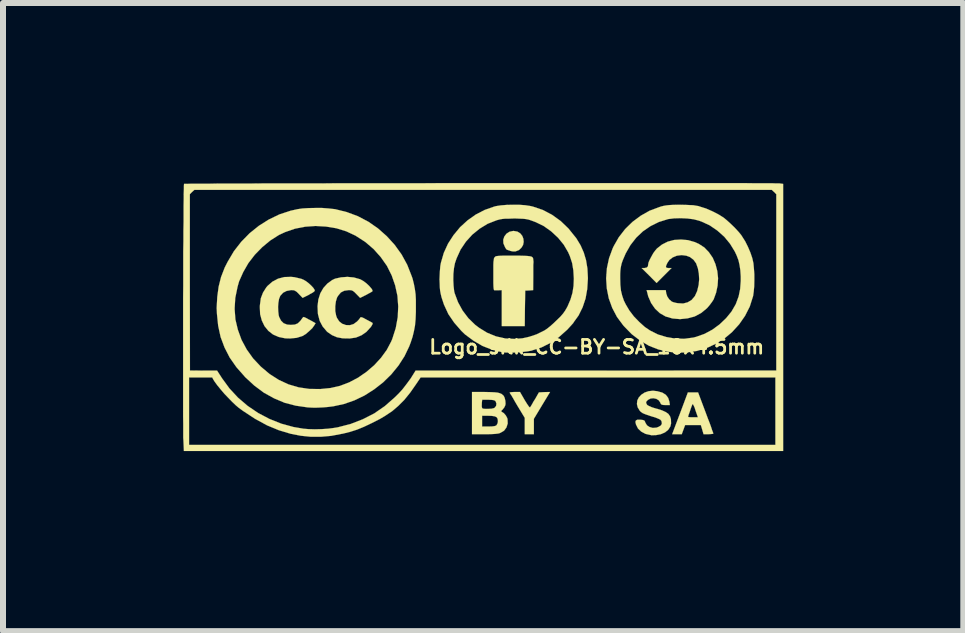
<source format=kicad_pcb>
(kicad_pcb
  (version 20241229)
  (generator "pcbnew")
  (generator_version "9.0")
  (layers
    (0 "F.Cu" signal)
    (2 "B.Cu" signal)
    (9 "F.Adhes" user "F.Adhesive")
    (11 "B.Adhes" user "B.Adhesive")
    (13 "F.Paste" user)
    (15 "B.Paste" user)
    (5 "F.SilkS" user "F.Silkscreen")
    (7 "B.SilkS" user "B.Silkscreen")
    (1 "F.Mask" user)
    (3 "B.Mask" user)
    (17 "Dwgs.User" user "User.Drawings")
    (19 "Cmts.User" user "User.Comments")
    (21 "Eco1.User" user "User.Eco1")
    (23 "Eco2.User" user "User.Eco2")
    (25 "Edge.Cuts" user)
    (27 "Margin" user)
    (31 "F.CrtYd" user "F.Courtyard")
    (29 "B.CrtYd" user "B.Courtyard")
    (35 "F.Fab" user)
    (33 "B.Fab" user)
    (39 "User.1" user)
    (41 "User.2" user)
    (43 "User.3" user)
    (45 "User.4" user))
  (footprint "Logo_silk_CC-BY-SA_10x4.5mm"
    (layer "F.Cu")
    (at 4.992 2.231)
    (property "Reference" "Logo_silk_CC-BY-SA_10x4.5mm" (at 1.9 0.5 0) (layer "F.SilkS") (effects (font (size 0.229 0.229) (thickness 0.046))))
    (attr through_hole)
    (fp_poly (pts (xy 0.683 -1.25) (xy 0.673 -1.199) (xy 0.645 -1.153) (xy 0.605 -1.115) (xy 0.546 -1.092) (xy 0.541 -1.092) (xy 0.505 -1.092) (xy 0.462 -1.1) (xy 0.452 -1.105) (xy 0.419 -1.115) (xy 0.401 -1.123) (xy 0.399 -1.123) (xy 0.391 -1.133) (xy 0.376 -1.156) (xy 0.371 -1.166) (xy 0.345 -1.227) (xy 0.343 -1.288) (xy 0.361 -1.341) (xy 0.396 -1.387) (xy 0.447 -1.42) (xy 0.508 -1.433) (xy 0.518 -1.433) (xy 0.579 -1.422) (xy 0.627 -1.392) (xy 0.66 -1.351) (xy 0.678 -1.303) (xy 0.683 -1.25)) (stroke (width 0.003) (type solid)) (fill yes) (layer "F.SilkS"))
    (fp_poly (pts (xy 1.123 1.25) (xy 0.988 1.473) (xy 0.853 1.697) (xy 0.853 1.824) (xy 0.853 1.953) (xy 0.777 1.953) (xy 0.701 1.953) (xy 0.701 1.819) (xy 0.701 1.681) (xy 0.577 1.476) (xy 0.538 1.41) (xy 0.505 1.351) (xy 0.478 1.306) (xy 0.457 1.275) (xy 0.45 1.26) (xy 0.46 1.255) (xy 0.488 1.252) (xy 0.528 1.25) (xy 0.533 1.25) (xy 0.622 1.25) (xy 0.701 1.387) (xy 0.739 1.448) (xy 0.765 1.486) (xy 0.782 1.506) (xy 0.792 1.504) (xy 0.803 1.486) (xy 0.823 1.453) (xy 0.848 1.407) (xy 0.871 1.372) (xy 0.937 1.257) (xy 1.029 1.252) (xy 1.123 1.25)) (stroke (width 0.003) (type solid)) (fill yes) (layer "F.SilkS"))
    (fp_poly (pts (xy 3.843 1.943) (xy 3.833 1.948) (xy 3.8 1.951) (xy 3.762 1.953) (xy 3.68 1.953) (xy 3.658 1.877) (xy 3.635 1.801) (xy 3.586 1.801) (xy 3.586 1.671) (xy 3.546 1.557) (xy 3.531 1.509) (xy 3.513 1.471) (xy 3.503 1.453) (xy 3.5 1.45) (xy 3.49 1.466) (xy 3.477 1.499) (xy 3.462 1.542) (xy 3.447 1.587) (xy 3.432 1.628) (xy 3.424 1.656) (xy 3.421 1.664) (xy 3.434 1.669) (xy 3.465 1.671) (xy 3.503 1.671) (xy 3.586 1.671) (xy 3.586 1.801) (xy 3.503 1.801) (xy 3.373 1.801) (xy 3.345 1.877) (xy 3.317 1.953) (xy 3.236 1.953) (xy 3.157 1.953) (xy 3.289 1.605) (xy 3.419 1.257) (xy 3.505 1.257) (xy 3.589 1.257) (xy 3.716 1.595) (xy 3.749 1.684) (xy 3.78 1.763) (xy 3.805 1.831) (xy 3.823 1.887) (xy 3.838 1.925) (xy 3.843 1.943)) (stroke (width 0.003) (type solid)) (fill yes) (layer "F.SilkS"))
    (fp_poly (pts (xy 0.846 -0.907) (xy 0.843 -0.866) (xy 0.843 -0.81) (xy 0.843 -0.742) (xy 0.843 -0.676) (xy 0.841 -0.447) (xy 0.775 -0.442) (xy 0.709 -0.439) (xy 0.704 -0.142) (xy 0.701 0.152) (xy 0.511 0.152) (xy 0.318 0.152) (xy 0.318 -0.147) (xy 0.318 -0.447) (xy 0.264 -0.445) (xy 0.226 -0.445) (xy 0.198 -0.445) (xy 0.193 -0.445) (xy 0.188 -0.452) (xy 0.183 -0.472) (xy 0.18 -0.508) (xy 0.178 -0.564) (xy 0.178 -0.64) (xy 0.178 -0.706) (xy 0.178 -0.795) (xy 0.178 -0.866) (xy 0.18 -0.917) (xy 0.185 -0.95) (xy 0.188 -0.975) (xy 0.196 -0.991) (xy 0.198 -0.993) (xy 0.206 -1.001) (xy 0.213 -1.008) (xy 0.229 -1.013) (xy 0.251 -1.016) (xy 0.284 -1.019) (xy 0.335 -1.021) (xy 0.404 -1.021) (xy 0.495 -1.021) (xy 0.511 -1.021) (xy 0.61 -1.021) (xy 0.688 -1.019) (xy 0.747 -1.016) (xy 0.79 -1.011) (xy 0.818 -1.003) (xy 0.833 -0.991) (xy 0.841 -0.973) (xy 0.843 -0.95) (xy 0.846 -0.925) (xy 0.846 -0.907)) (stroke (width 0.003) (type solid)) (fill yes) (layer "F.SilkS"))
    (fp_poly (pts (xy -2.784 0.104) (xy -2.807 0.142) (xy -2.84 0.188) (xy -2.891 0.236) (xy -2.944 0.282) (xy -2.997 0.315) (xy -3.01 0.32) (xy -3.101 0.348) (xy -3.208 0.358) (xy -3.289 0.356) (xy -3.399 0.333) (xy -3.493 0.292) (xy -3.571 0.231) (xy -3.635 0.152) (xy -3.68 0.058) (xy -3.708 -0.046) (xy -3.713 -0.168) (xy -3.711 -0.201) (xy -3.696 -0.312) (xy -3.66 -0.406) (xy -3.607 -0.49) (xy -3.586 -0.516) (xy -3.505 -0.587) (xy -3.409 -0.638) (xy -3.305 -0.665) (xy -3.19 -0.668) (xy -3.139 -0.663) (xy -3.081 -0.65) (xy -3.02 -0.635) (xy -2.979 -0.617) (xy -2.941 -0.594) (xy -2.898 -0.561) (xy -2.857 -0.523) (xy -2.824 -0.488) (xy -2.802 -0.455) (xy -2.797 -0.439) (xy -2.807 -0.424) (xy -2.835 -0.404) (xy -2.878 -0.381) (xy -2.898 -0.368) (xy -3 -0.318) (xy -3.061 -0.381) (xy -3.096 -0.417) (xy -3.122 -0.434) (xy -3.145 -0.445) (xy -3.178 -0.447) (xy -3.195 -0.447) (xy -3.266 -0.434) (xy -3.325 -0.404) (xy -3.373 -0.351) (xy -3.376 -0.343) (xy -3.393 -0.3) (xy -3.404 -0.236) (xy -3.409 -0.168) (xy -3.406 -0.094) (xy -3.399 -0.03) (xy -3.391 0) (xy -3.36 0.061) (xy -3.317 0.104) (xy -3.259 0.127) (xy -3.198 0.132) (xy -3.129 0.127) (xy -3.081 0.107) (xy -3.038 0.066) (xy -3.02 0.041) (xy -3 0.013) (xy -2.985 0) (xy -2.969 0.005) (xy -2.936 0.02) (xy -2.896 0.043) (xy -2.878 0.051) (xy -2.784 0.104)) (stroke (width 0.003) (type solid)) (fill yes) (layer "F.SilkS"))
    (fp_poly (pts (xy -1.834 0.102) (xy -1.834 0.117) (xy -1.849 0.145) (xy -1.864 0.168) (xy -1.938 0.249) (xy -2.019 0.305) (xy -2.111 0.343) (xy -2.215 0.358) (xy -2.332 0.356) (xy -2.428 0.338) (xy -2.512 0.302) (xy -2.588 0.249) (xy -2.601 0.236) (xy -2.667 0.157) (xy -2.715 0.066) (xy -2.743 -0.041) (xy -2.746 -0.061) (xy -2.751 -0.18) (xy -2.738 -0.29) (xy -2.705 -0.394) (xy -2.654 -0.483) (xy -2.588 -0.556) (xy -2.507 -0.615) (xy -2.459 -0.638) (xy -2.36 -0.66) (xy -2.253 -0.668) (xy -2.146 -0.658) (xy -2.047 -0.63) (xy -2.035 -0.625) (xy -1.989 -0.599) (xy -1.938 -0.561) (xy -1.892 -0.518) (xy -1.857 -0.478) (xy -1.844 -0.46) (xy -1.836 -0.442) (xy -1.836 -0.429) (xy -1.849 -0.419) (xy -1.875 -0.404) (xy -1.918 -0.381) (xy -1.935 -0.371) (xy -2.042 -0.318) (xy -2.103 -0.381) (xy -2.139 -0.417) (xy -2.162 -0.434) (xy -2.187 -0.445) (xy -2.22 -0.447) (xy -2.235 -0.447) (xy -2.306 -0.437) (xy -2.362 -0.409) (xy -2.405 -0.358) (xy -2.426 -0.325) (xy -2.446 -0.259) (xy -2.456 -0.18) (xy -2.456 -0.097) (xy -2.441 -0.02) (xy -2.428 0.015) (xy -2.39 0.074) (xy -2.339 0.114) (xy -2.278 0.135) (xy -2.212 0.137) (xy -2.149 0.117) (xy -2.093 0.076) (xy -2.065 0.046) (xy -2.045 0.02) (xy -2.04 0.01) (xy -2.032 0.005) (xy -2.014 0.005) (xy -1.984 0.018) (xy -1.938 0.043) (xy -1.895 0.066) (xy -1.857 0.086) (xy -1.836 0.099) (xy -1.834 0.102)) (stroke (width 0.003) (type solid)) (fill yes) (layer "F.SilkS"))
    (fp_poly (pts (xy 0.417 1.775) (xy 0.396 1.841) (xy 0.356 1.895) (xy 0.3 1.928) (xy 0.277 1.938) (xy 0.254 1.943) (xy 0.254 1.735) (xy 0.249 1.697) (xy 0.234 1.671) (xy 0.229 1.669) (xy 0.229 1.443) (xy 0.216 1.407) (xy 0.208 1.397) (xy 0.188 1.387) (xy 0.155 1.382) (xy 0.099 1.379) (xy 0.089 1.379) (xy -0.008 1.379) (xy -0.013 1.42) (xy -0.015 1.46) (xy -0.015 1.496) (xy -0.01 1.514) (xy -0.003 1.524) (xy 0.013 1.529) (xy 0.048 1.532) (xy 0.079 1.532) (xy 0.145 1.529) (xy 0.188 1.519) (xy 0.201 1.511) (xy 0.224 1.481) (xy 0.229 1.443) (xy 0.229 1.669) (xy 0.203 1.656) (xy 0.152 1.648) (xy 0.091 1.646) (xy -0.01 1.646) (xy -0.01 1.735) (xy -0.01 1.826) (xy 0.097 1.826) (xy 0.157 1.824) (xy 0.196 1.819) (xy 0.221 1.811) (xy 0.231 1.803) (xy 0.249 1.77) (xy 0.254 1.735) (xy 0.254 1.943) (xy 0.249 1.943) (xy 0.213 1.948) (xy 0.163 1.951) (xy 0.097 1.953) (xy 0.033 1.953) (xy -0.178 1.953) (xy -0.178 1.603) (xy -0.178 1.25) (xy 0.03 1.25) (xy 0.124 1.252) (xy 0.193 1.255) (xy 0.246 1.26) (xy 0.284 1.27) (xy 0.315 1.283) (xy 0.338 1.303) (xy 0.348 1.311) (xy 0.366 1.346) (xy 0.378 1.397) (xy 0.381 1.448) (xy 0.376 1.473) (xy 0.361 1.506) (xy 0.335 1.539) (xy 0.333 1.542) (xy 0.312 1.562) (xy 0.31 1.575) (xy 0.318 1.58) (xy 0.353 1.603) (xy 0.386 1.641) (xy 0.409 1.684) (xy 0.414 1.702) (xy 0.417 1.775)) (stroke (width 0.003) (type solid)) (fill yes) (layer "F.SilkS"))
    (fp_poly (pts (xy 3.139 1.775) (xy 3.127 1.824) (xy 3.099 1.869) (xy 3.089 1.882) (xy 3.038 1.923) (xy 2.969 1.953) (xy 2.891 1.968) (xy 2.812 1.971) (xy 2.802 1.968) (xy 2.713 1.948) (xy 2.642 1.91) (xy 2.588 1.859) (xy 2.555 1.793) (xy 2.553 1.786) (xy 2.545 1.748) (xy 2.553 1.725) (xy 2.576 1.712) (xy 2.619 1.712) (xy 2.629 1.712) (xy 2.67 1.717) (xy 2.692 1.725) (xy 2.703 1.74) (xy 2.71 1.76) (xy 2.738 1.806) (xy 2.781 1.834) (xy 2.835 1.849) (xy 2.896 1.844) (xy 2.931 1.831) (xy 2.969 1.808) (xy 2.985 1.781) (xy 2.982 1.745) (xy 2.974 1.727) (xy 2.957 1.709) (xy 2.924 1.694) (xy 2.875 1.674) (xy 2.807 1.654) (xy 2.769 1.641) (xy 2.71 1.621) (xy 2.667 1.603) (xy 2.637 1.582) (xy 2.619 1.565) (xy 2.583 1.506) (xy 2.57 1.45) (xy 2.576 1.392) (xy 2.601 1.341) (xy 2.644 1.295) (xy 2.697 1.26) (xy 2.764 1.237) (xy 2.837 1.229) (xy 2.908 1.237) (xy 2.992 1.26) (xy 3.053 1.298) (xy 3.091 1.349) (xy 3.111 1.412) (xy 3.111 1.415) (xy 3.119 1.468) (xy 3.045 1.468) (xy 3.005 1.466) (xy 2.982 1.46) (xy 2.969 1.45) (xy 2.959 1.427) (xy 2.934 1.389) (xy 2.893 1.364) (xy 2.845 1.354) (xy 2.797 1.359) (xy 2.753 1.382) (xy 2.751 1.384) (xy 2.725 1.412) (xy 2.723 1.433) (xy 2.736 1.458) (xy 2.741 1.466) (xy 2.769 1.483) (xy 2.822 1.506) (xy 2.898 1.529) (xy 2.903 1.529) (xy 2.99 1.557) (xy 3.051 1.585) (xy 3.094 1.615) (xy 3.122 1.656) (xy 3.137 1.704) (xy 3.137 1.714) (xy 3.139 1.775)) (stroke (width 0.003) (type solid)) (fill yes) (layer "F.SilkS"))
    (fp_poly (pts (xy 3.922 -0.645) (xy 3.914 -0.523) (xy 3.889 -0.404) (xy 3.848 -0.292) (xy 3.82 -0.249) (xy 3.782 -0.198) (xy 3.741 -0.15) (xy 3.736 -0.145) (xy 3.64 -0.066) (xy 3.531 -0.008) (xy 3.414 0.023) (xy 3.289 0.036) (xy 3.162 0.025) (xy 3.155 0.023) (xy 3.048 -0.008) (xy 2.951 -0.064) (xy 2.873 -0.137) (xy 2.807 -0.231) (xy 2.758 -0.343) (xy 2.741 -0.411) (xy 2.731 -0.447) (xy 2.891 -0.447) (xy 3.051 -0.447) (xy 3.058 -0.394) (xy 3.076 -0.34) (xy 3.109 -0.292) (xy 3.15 -0.257) (xy 3.155 -0.254) (xy 3.183 -0.244) (xy 3.223 -0.234) (xy 3.254 -0.229) (xy 3.34 -0.224) (xy 3.416 -0.244) (xy 3.482 -0.284) (xy 3.536 -0.348) (xy 3.574 -0.432) (xy 3.599 -0.536) (xy 3.607 -0.627) (xy 3.602 -0.721) (xy 3.586 -0.81) (xy 3.559 -0.886) (xy 3.556 -0.894) (xy 3.513 -0.953) (xy 3.454 -0.998) (xy 3.393 -1.021) (xy 3.315 -1.031) (xy 3.236 -1.021) (xy 3.167 -0.993) (xy 3.111 -0.95) (xy 3.078 -0.902) (xy 3.058 -0.859) (xy 3.053 -0.833) (xy 3.063 -0.82) (xy 3.089 -0.815) (xy 3.099 -0.815) (xy 3.147 -0.815) (xy 3.023 -0.691) (xy 2.898 -0.566) (xy 2.774 -0.691) (xy 2.649 -0.815) (xy 2.695 -0.815) (xy 2.733 -0.823) (xy 2.753 -0.843) (xy 2.758 -0.879) (xy 2.764 -0.909) (xy 2.784 -0.955) (xy 2.812 -1.008) (xy 2.842 -1.062) (xy 2.875 -1.107) (xy 2.903 -1.14) (xy 2.987 -1.206) (xy 3.084 -1.255) (xy 3.19 -1.283) (xy 3.305 -1.29) (xy 3.421 -1.28) (xy 3.536 -1.247) (xy 3.602 -1.217) (xy 3.693 -1.158) (xy 3.769 -1.079) (xy 3.833 -0.986) (xy 3.879 -0.879) (xy 3.909 -0.765) (xy 3.922 -0.645)) (stroke (width 0.003) (type solid)) (fill yes) (layer "F.SilkS"))
    (fp_poly (pts (xy -1.113 -0.175) (xy -1.113 -0.084) (xy -1.118 0.038) (xy -1.128 0.145) (xy -1.146 0.239) (xy -1.168 0.33) (xy -1.199 0.424) (xy -1.224 0.49) (xy -1.303 0.655) (xy -1.405 0.813) (xy -1.407 0.815) (xy -1.407 -0.175) (xy -1.42 -0.353) (xy -1.458 -0.526) (xy -1.516 -0.693) (xy -1.595 -0.851) (xy -1.697 -0.996) (xy -1.816 -1.13) (xy -1.956 -1.25) (xy -2.113 -1.351) (xy -2.121 -1.356) (xy -2.273 -1.427) (xy -2.438 -1.478) (xy -2.609 -1.506) (xy -2.784 -1.516) (xy -2.957 -1.504) (xy -3.127 -1.471) (xy -3.289 -1.415) (xy -3.393 -1.367) (xy -3.538 -1.275) (xy -3.673 -1.163) (xy -3.797 -1.036) (xy -3.904 -0.897) (xy -3.99 -0.747) (xy -4.059 -0.592) (xy -4.084 -0.503) (xy -4.122 -0.318) (xy -4.133 -0.137) (xy -4.12 0.041) (xy -4.079 0.213) (xy -4.018 0.381) (xy -3.932 0.541) (xy -3.825 0.691) (xy -3.696 0.828) (xy -3.551 0.95) (xy -3.396 1.049) (xy -3.236 1.123) (xy -3.066 1.173) (xy -2.888 1.199) (xy -2.703 1.201) (xy -2.535 1.184) (xy -2.377 1.148) (xy -2.225 1.09) (xy -2.075 1.011) (xy -1.935 0.914) (xy -1.808 0.805) (xy -1.694 0.681) (xy -1.598 0.549) (xy -1.524 0.409) (xy -1.506 0.366) (xy -1.448 0.185) (xy -1.415 0.003) (xy -1.407 -0.175) (xy -1.407 0.815) (xy -1.524 0.958) (xy -1.659 1.09) (xy -1.808 1.206) (xy -1.968 1.308) (xy -2.136 1.389) (xy -2.311 1.45) (xy -2.487 1.488) (xy -2.573 1.499) (xy -2.654 1.506) (xy -2.718 1.509) (xy -2.771 1.511) (xy -2.822 1.511) (xy -2.873 1.509) (xy -2.918 1.506) (xy -3.114 1.478) (xy -3.299 1.43) (xy -3.475 1.356) (xy -3.645 1.262) (xy -3.805 1.143) (xy -3.962 0.998) (xy -3.965 0.993) (xy -4.102 0.838) (xy -4.214 0.678) (xy -4.3 0.511) (xy -4.366 0.335) (xy -4.407 0.147) (xy -4.427 -0.048) (xy -4.432 -0.152) (xy -4.422 -0.335) (xy -4.399 -0.505) (xy -4.359 -0.665) (xy -4.298 -0.823) (xy -4.249 -0.919) (xy -4.145 -1.095) (xy -4.023 -1.252) (xy -3.884 -1.394) (xy -3.729 -1.519) (xy -3.564 -1.623) (xy -3.386 -1.709) (xy -3.2 -1.77) (xy -3.084 -1.796) (xy -3 -1.808) (xy -2.898 -1.814) (xy -2.786 -1.816) (xy -2.675 -1.816) (xy -2.57 -1.808) (xy -2.479 -1.798) (xy -2.459 -1.796) (xy -2.266 -1.748) (xy -2.08 -1.679) (xy -1.905 -1.587) (xy -1.745 -1.476) (xy -1.598 -1.346) (xy -1.466 -1.201) (xy -1.351 -1.041) (xy -1.257 -0.869) (xy -1.184 -0.683) (xy -1.168 -0.638) (xy -1.146 -0.549) (xy -1.13 -0.465) (xy -1.118 -0.378) (xy -1.113 -0.284) (xy -1.113 -0.175)) (stroke (width 0.003) (type solid)) (fill yes) (layer "F.SilkS"))
    (fp_poly (pts (xy 1.753 -0.638) (xy 1.742 -0.465) (xy 1.714 -0.307) (xy 1.666 -0.163) (xy 1.598 -0.025) (xy 1.519 0.084) (xy 1.519 -0.638) (xy 1.511 -0.775) (xy 1.491 -0.897) (xy 1.453 -1.013) (xy 1.425 -1.077) (xy 1.351 -1.204) (xy 1.255 -1.321) (xy 1.143 -1.425) (xy 1.019 -1.514) (xy 0.884 -1.58) (xy 0.803 -1.61) (xy 0.762 -1.623) (xy 0.721 -1.631) (xy 0.676 -1.636) (xy 0.622 -1.638) (xy 0.551 -1.641) (xy 0.516 -1.641) (xy 0.437 -1.638) (xy 0.376 -1.638) (xy 0.328 -1.633) (xy 0.287 -1.626) (xy 0.246 -1.615) (xy 0.229 -1.61) (xy 0.081 -1.552) (xy -0.051 -1.471) (xy -0.173 -1.372) (xy -0.279 -1.255) (xy -0.368 -1.123) (xy -0.434 -0.978) (xy -0.462 -0.897) (xy -0.478 -0.815) (xy -0.488 -0.719) (xy -0.49 -0.617) (xy -0.485 -0.518) (xy -0.475 -0.429) (xy -0.467 -0.396) (xy -0.411 -0.246) (xy -0.335 -0.107) (xy -0.239 0.02) (xy -0.124 0.132) (xy -0.056 0.183) (xy 0.076 0.264) (xy 0.221 0.323) (xy 0.373 0.358) (xy 0.531 0.366) (xy 0.66 0.356) (xy 0.777 0.33) (xy 0.897 0.29) (xy 1.008 0.236) (xy 1.036 0.221) (xy 1.077 0.193) (xy 1.128 0.152) (xy 1.184 0.102) (xy 1.237 0.051) (xy 1.295 -0.005) (xy 1.339 -0.056) (xy 1.372 -0.102) (xy 1.4 -0.15) (xy 1.415 -0.178) (xy 1.463 -0.29) (xy 1.496 -0.401) (xy 1.514 -0.516) (xy 1.519 -0.638) (xy 1.519 0.084) (xy 1.509 0.102) (xy 1.41 0.211) (xy 1.273 0.333) (xy 1.13 0.432) (xy 0.978 0.508) (xy 0.818 0.559) (xy 0.815 0.561) (xy 0.739 0.574) (xy 0.65 0.584) (xy 0.554 0.592) (xy 0.46 0.594) (xy 0.378 0.592) (xy 0.325 0.587) (xy 0.157 0.546) (xy -0.003 0.483) (xy -0.152 0.396) (xy -0.295 0.29) (xy -0.356 0.231) (xy -0.475 0.094) (xy -0.572 -0.048) (xy -0.645 -0.206) (xy -0.686 -0.33) (xy -0.699 -0.386) (xy -0.709 -0.439) (xy -0.714 -0.493) (xy -0.716 -0.556) (xy -0.719 -0.63) (xy -0.714 -0.749) (xy -0.706 -0.846) (xy -0.696 -0.902) (xy -0.648 -1.067) (xy -0.577 -1.222) (xy -0.485 -1.364) (xy -0.376 -1.496) (xy -0.251 -1.61) (xy -0.114 -1.707) (xy 0.033 -1.783) (xy 0.193 -1.839) (xy 0.224 -1.847) (xy 0.302 -1.859) (xy 0.399 -1.867) (xy 0.5 -1.869) (xy 0.607 -1.869) (xy 0.706 -1.862) (xy 0.792 -1.849) (xy 0.836 -1.839) (xy 1.001 -1.783) (xy 1.156 -1.702) (xy 1.3 -1.598) (xy 1.43 -1.473) (xy 1.544 -1.331) (xy 1.557 -1.316) (xy 1.631 -1.194) (xy 1.684 -1.074) (xy 1.722 -0.947) (xy 1.745 -0.808) (xy 1.753 -0.653) (xy 1.753 -0.638)) (stroke (width 0.003) (type solid)) (fill yes) (layer "F.SilkS"))
    (fp_poly (pts (xy 4.526 -0.61) (xy 4.524 -0.511) (xy 4.516 -0.422) (xy 4.506 -0.351) (xy 4.503 -0.34) (xy 4.45 -0.173) (xy 4.371 -0.018) (xy 4.3 0.084) (xy 4.3 -0.599) (xy 4.3 -0.676) (xy 4.293 -0.78) (xy 4.28 -0.866) (xy 4.262 -0.945) (xy 4.232 -1.024) (xy 4.201 -1.09) (xy 4.122 -1.219) (xy 4.026 -1.336) (xy 3.909 -1.44) (xy 3.782 -1.527) (xy 3.645 -1.59) (xy 3.602 -1.605) (xy 3.513 -1.628) (xy 3.409 -1.641) (xy 3.297 -1.646) (xy 3.188 -1.643) (xy 3.091 -1.631) (xy 3.081 -1.628) (xy 2.934 -1.582) (xy 2.797 -1.514) (xy 2.67 -1.427) (xy 2.558 -1.321) (xy 2.461 -1.196) (xy 2.383 -1.059) (xy 2.334 -0.945) (xy 2.316 -0.894) (xy 2.306 -0.851) (xy 2.299 -0.813) (xy 2.294 -0.77) (xy 2.291 -0.714) (xy 2.291 -0.643) (xy 2.294 -0.533) (xy 2.304 -0.439) (xy 2.324 -0.356) (xy 2.352 -0.274) (xy 2.383 -0.211) (xy 2.443 -0.109) (xy 2.52 -0.008) (xy 2.609 0.084) (xy 2.703 0.168) (xy 2.789 0.226) (xy 2.921 0.292) (xy 3.063 0.335) (xy 3.213 0.361) (xy 3.365 0.363) (xy 3.513 0.343) (xy 3.561 0.33) (xy 3.696 0.282) (xy 3.828 0.211) (xy 3.947 0.124) (xy 4.056 0.02) (xy 4.145 -0.089) (xy 4.214 -0.208) (xy 4.221 -0.224) (xy 4.265 -0.343) (xy 4.29 -0.465) (xy 4.3 -0.599) (xy 4.3 0.084) (xy 4.272 0.124) (xy 4.153 0.254) (xy 4.044 0.345) (xy 3.894 0.442) (xy 3.736 0.516) (xy 3.569 0.566) (xy 3.396 0.592) (xy 3.218 0.594) (xy 3.089 0.579) (xy 2.926 0.541) (xy 2.771 0.48) (xy 2.624 0.394) (xy 2.484 0.287) (xy 2.36 0.16) (xy 2.342 0.14) (xy 2.238 0) (xy 2.159 -0.15) (xy 2.101 -0.31) (xy 2.068 -0.475) (xy 2.057 -0.643) (xy 2.07 -0.813) (xy 2.106 -0.98) (xy 2.167 -1.146) (xy 2.184 -1.181) (xy 2.268 -1.328) (xy 2.375 -1.466) (xy 2.497 -1.585) (xy 2.634 -1.687) (xy 2.781 -1.77) (xy 2.939 -1.829) (xy 2.974 -1.841) (xy 3.02 -1.852) (xy 3.063 -1.859) (xy 3.109 -1.864) (xy 3.165 -1.867) (xy 3.236 -1.869) (xy 3.299 -1.869) (xy 3.388 -1.867) (xy 3.454 -1.864) (xy 3.508 -1.862) (xy 3.553 -1.854) (xy 3.597 -1.847) (xy 3.619 -1.839) (xy 3.724 -1.806) (xy 3.833 -1.758) (xy 3.937 -1.704) (xy 4.016 -1.654) (xy 4.069 -1.61) (xy 4.133 -1.552) (xy 4.199 -1.488) (xy 4.26 -1.422) (xy 4.308 -1.364) (xy 4.326 -1.336) (xy 4.374 -1.26) (xy 4.42 -1.168) (xy 4.46 -1.074) (xy 4.491 -0.983) (xy 4.496 -0.963) (xy 4.511 -0.894) (xy 4.519 -0.808) (xy 4.526 -0.711) (xy 4.526 -0.61)) (stroke (width 0.003) (type solid)) (fill yes) (layer "F.SilkS"))
    (fp_poly (pts (xy 5.006 2.233) (xy 4.892 2.233) (xy 4.892 0.892) (xy 4.892 -0.574) (xy 4.892 -2.045) (xy 4.854 -2.083) (xy 4.816 -2.118) (xy 0.005 -2.118) (xy -4.803 -2.118) (xy -4.841 -2.083) (xy -4.879 -2.045) (xy -4.879 -0.574) (xy -4.877 0.892) (xy -4.651 0.894) (xy -4.425 0.894) (xy -4.341 1.024) (xy -4.219 1.191) (xy -4.077 1.344) (xy -3.917 1.481) (xy -3.741 1.6) (xy -3.553 1.699) (xy -3.355 1.778) (xy -3.15 1.834) (xy -2.985 1.862) (xy -2.898 1.869) (xy -2.797 1.872) (xy -2.685 1.869) (xy -2.576 1.862) (xy -2.477 1.849) (xy -2.416 1.839) (xy -2.2 1.783) (xy -1.996 1.704) (xy -1.808 1.608) (xy -1.631 1.486) (xy -1.466 1.341) (xy -1.397 1.273) (xy -1.341 1.212) (xy -1.285 1.14) (xy -1.232 1.069) (xy -1.199 1.024) (xy -1.118 0.894) (xy 1.885 0.894) (xy 4.892 0.892) (xy 4.892 2.233) (xy 4.877 2.233) (xy 4.877 2.131) (xy 4.877 1.57) (xy 4.877 1.008) (xy 1.92 1.008) (xy -1.034 1.008) (xy -1.113 1.125) (xy -1.209 1.262) (xy -1.306 1.382) (xy -1.405 1.481) (xy -1.509 1.57) (xy -1.626 1.648) (xy -1.712 1.699) (xy -1.852 1.77) (xy -1.976 1.829) (xy -2.093 1.877) (xy -2.212 1.915) (xy -2.337 1.946) (xy -2.342 1.946) (xy -2.525 1.981) (xy -2.697 1.996) (xy -2.863 1.996) (xy -3.03 1.979) (xy -3.2 1.946) (xy -3.396 1.887) (xy -3.592 1.806) (xy -3.792 1.697) (xy -3.993 1.565) (xy -4.061 1.516) (xy -4.112 1.473) (xy -4.173 1.415) (xy -4.237 1.349) (xy -4.303 1.28) (xy -4.366 1.206) (xy -4.42 1.14) (xy -4.463 1.082) (xy -4.486 1.046) (xy -4.506 1.008) (xy -4.699 1.008) (xy -4.892 1.008) (xy -4.892 1.57) (xy -4.892 2.131) (xy -0.005 2.131) (xy 4.877 2.131) (xy 4.877 2.233) (xy 0.013 2.233) (xy -4.978 2.233) (xy -4.986 2.052) (xy -4.989 2.014) (xy -4.989 1.956) (xy -4.989 1.875) (xy -4.989 1.775) (xy -4.991 1.659) (xy -4.991 1.527) (xy -4.991 1.379) (xy -4.991 1.219) (xy -4.991 1.049) (xy -4.991 0.869) (xy -4.991 0.681) (xy -4.991 0.488) (xy -4.991 0.29) (xy -4.991 0.089) (xy -4.991 -0.112) (xy -4.991 -0.315) (xy -4.989 -0.516) (xy -4.989 -0.711) (xy -4.989 -0.904) (xy -4.989 -1.09) (xy -4.986 -1.265) (xy -4.986 -1.433) (xy -4.983 -1.587) (xy -4.983 -1.73) (xy -4.983 -1.857) (xy -4.981 -1.966) (xy -4.981 -2.06) (xy -4.978 -2.131) (xy -4.978 -2.184) (xy -4.976 -2.212) (xy -4.976 -2.217) (xy -4.963 -2.217) (xy -4.925 -2.217) (xy -4.864 -2.22) (xy -4.78 -2.22) (xy -4.676 -2.22) (xy -4.549 -2.22) (xy -4.407 -2.223) (xy -4.244 -2.223) (xy -4.064 -2.223) (xy -3.868 -2.223) (xy -3.658 -2.225) (xy -3.434 -2.225) (xy -3.195 -2.225) (xy -2.946 -2.225) (xy -2.687 -2.225) (xy -2.418 -2.228) (xy -2.141 -2.228) (xy -1.854 -2.228) (xy -1.565 -2.228) (xy -1.267 -2.228) (xy -0.965 -2.228) (xy -0.66 -2.23) (xy -0.353 -2.23) (xy -0.043 -2.23) (xy 0.262 -2.23) (xy 0.569 -2.23) (xy 0.874 -2.23) (xy 1.176 -2.23) (xy 1.476 -2.23) (xy 1.768 -2.23) (xy 2.055 -2.23) (xy 2.334 -2.23) (xy 2.606 -2.23) (xy 2.868 -2.23) (xy 3.119 -2.23) (xy 3.358 -2.23) (xy 3.584 -2.23) (xy 3.797 -2.23) (xy 3.995 -2.23) (xy 4.178 -2.23) (xy 4.346 -2.23) (xy 4.493 -2.228) (xy 4.623 -2.228) (xy 4.729 -2.228) (xy 4.818 -2.228) (xy 4.884 -2.225) (xy 4.928 -2.225) (xy 4.945 -2.225) (xy 5.006 -2.217) (xy 5.006 0.008) (xy 5.006 2.233)) (stroke (width 0.003) (type solid)) (fill yes) (layer "F.SilkS")))
  (gr_rect
    (start -3 -3)
    (end 13 7.465)
    (stroke (width 0.1) (type default))
    (fill no)
    (layer "Edge.Cuts")))
</source>
